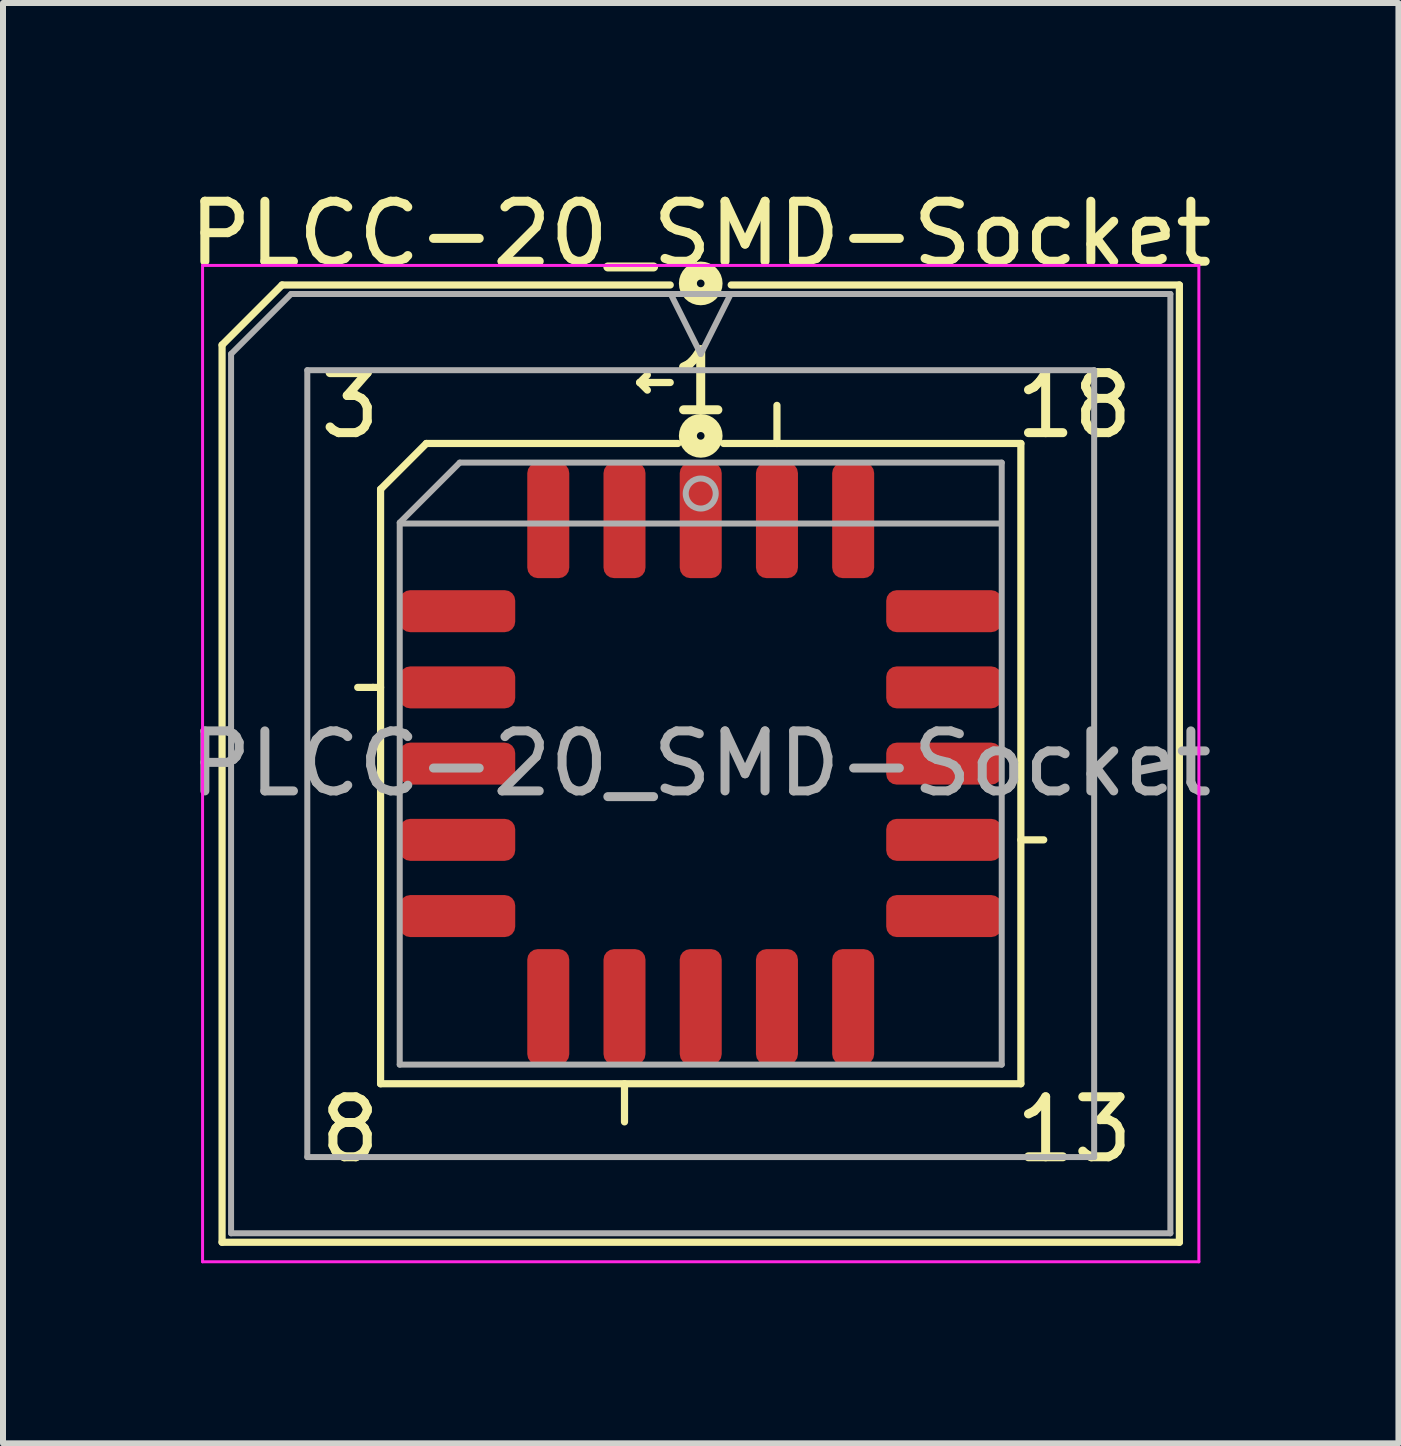
<source format=kicad_pcb>
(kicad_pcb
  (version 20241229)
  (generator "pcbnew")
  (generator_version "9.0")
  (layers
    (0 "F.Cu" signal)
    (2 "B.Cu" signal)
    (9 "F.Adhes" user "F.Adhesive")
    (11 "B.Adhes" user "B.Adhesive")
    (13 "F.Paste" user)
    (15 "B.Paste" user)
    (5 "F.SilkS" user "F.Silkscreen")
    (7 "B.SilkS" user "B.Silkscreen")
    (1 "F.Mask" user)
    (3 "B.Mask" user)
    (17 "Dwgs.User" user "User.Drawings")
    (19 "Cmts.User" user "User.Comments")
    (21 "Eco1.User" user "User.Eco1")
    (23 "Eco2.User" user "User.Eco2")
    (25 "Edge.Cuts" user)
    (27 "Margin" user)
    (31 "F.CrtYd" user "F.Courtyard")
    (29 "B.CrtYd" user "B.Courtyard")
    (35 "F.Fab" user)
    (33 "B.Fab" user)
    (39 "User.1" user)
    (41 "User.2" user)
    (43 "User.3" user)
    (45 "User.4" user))
  (footprint "PLCC-20_SMD-Socket"
    (layer "F.Cu")
    (at 8.625 9.673)
    (property "Reference" "PLCC-20_SMD-Socket" (at 0 -8.825 0) (layer "F.SilkS") (effects (font (size 1 1) (thickness 0.15))))
    (attr smd)
    (fp_line (start -7.975 -6.975) (end -7.975 7.975) (stroke (width 0.12) (type solid)) (layer "F.SilkS"))
    (fp_line (start -7.975 7.975) (end 7.975 7.975) (stroke (width 0.12) (type solid)) (layer "F.SilkS"))
    (fp_line (start -6.975 -7.975) (end -7.975 -6.975) (stroke (width 0.12) (type solid)) (layer "F.SilkS"))
    (fp_line (start -5.461 -1.27) (end -5.715 -1.27) (stroke (width 0.12) (type solid)) (layer "F.SilkS"))
    (fp_line (start -5.334 -4.572) (end -5.334 5.334) (stroke (width 0.12) (type solid)) (layer "F.SilkS"))
    (fp_line (start -5.334 -1.27) (end -5.461 -1.27) (stroke (width 0.12) (type solid)) (layer "F.SilkS"))
    (fp_line (start -5.334 5.334) (end 5.334 5.334) (stroke (width 0.12) (type solid)) (layer "F.SilkS"))
    (fp_line (start -4.572 -5.334) (end -5.334 -4.572) (stroke (width 0.12) (type solid)) (layer "F.SilkS"))
    (fp_line (start -1.27 5.334) (end -1.27 5.969) (stroke (width 0.12) (type solid)) (layer "F.SilkS"))
    (fp_line (start -1.016 -6.35) (end -0.889 -6.477) (stroke (width 0.12) (type solid)) (layer "F.SilkS"))
    (fp_line (start -1.016 -6.35) (end -0.889 -6.223) (stroke (width 0.12) (type solid)) (layer "F.SilkS"))
    (fp_line (start -0.508 -7.975) (end -6.975 -7.975) (stroke (width 0.12) (type solid)) (layer "F.SilkS"))
    (fp_line (start -0.508 -6.35) (end -1.016 -6.35) (stroke (width 0.12) (type solid)) (layer "F.SilkS"))
    (fp_line (start -0.381 -5.334) (end -4.572 -5.334) (stroke (width 0.12) (type solid)) (layer "F.SilkS"))
    (fp_line (start 1.27 -5.334) (end 1.27 -5.969) (stroke (width 0.12) (type solid)) (layer "F.SilkS"))
    (fp_line (start 5.334 -5.334) (end 0.381 -5.334) (stroke (width 0.12) (type solid)) (layer "F.SilkS"))
    (fp_line (start 5.334 1.27) (end 5.715 1.27) (stroke (width 0.12) (type solid)) (layer "F.SilkS"))
    (fp_line (start 5.334 5.334) (end 5.334 -5.334) (stroke (width 0.12) (type solid)) (layer "F.SilkS"))
    (fp_line (start 7.975 -7.975) (end 0.508 -7.975) (stroke (width 0.12) (type solid)) (layer "F.SilkS"))
    (fp_line (start 7.975 7.975) (end 7.975 -7.975) (stroke (width 0.12) (type solid)) (layer "F.SilkS"))
    (fp_circle (center 0 -8.001) (end 0.064 -8.001) (stroke (width 0.3) (type solid)) (fill no) (layer "F.SilkS"))
    (fp_circle (center 0 -5.461) (end 0.064 -5.461) (stroke (width 0.3) (type solid)) (fill no) (layer "F.SilkS"))
    (fp_line (start -8.3 -8.3) (end -8.3 8.3) (stroke (width 0.05) (type solid)) (layer "F.CrtYd"))
    (fp_line (start -8.3 8.3) (end 8.3 8.3) (stroke (width 0.05) (type solid)) (layer "F.CrtYd"))
    (fp_line (start 8.3 -8.3) (end -8.3 -8.3) (stroke (width 0.05) (type solid)) (layer "F.CrtYd"))
    (fp_line (start 8.3 8.3) (end 8.3 -8.3) (stroke (width 0.05) (type solid)) (layer "F.CrtYd"))
    (fp_line (start -7.825 -6.825) (end -7.825 7.825) (stroke (width 0.1) (type solid)) (layer "F.Fab"))
    (fp_line (start -7.825 7.825) (end 7.825 7.825) (stroke (width 0.1) (type solid)) (layer "F.Fab"))
    (fp_line (start -6.825 -7.825) (end -7.825 -6.825) (stroke (width 0.1) (type solid)) (layer "F.Fab"))
    (fp_line (start -6.555 -6.555) (end -6.555 6.555) (stroke (width 0.1) (type solid)) (layer "F.Fab"))
    (fp_line (start -6.555 6.555) (end 6.555 6.555) (stroke (width 0.1) (type solid)) (layer "F.Fab"))
    (fp_line (start -5.015 -4.015) (end -5.015 5.015) (stroke (width 0.1) (type solid)) (layer "F.Fab"))
    (fp_line (start -5.015 5.015) (end 5.015 5.015) (stroke (width 0.1) (type solid)) (layer "F.Fab"))
    (fp_line (start -4.015 -5.015) (end -5.015 -4.015) (stroke (width 0.1) (type solid)) (layer "F.Fab"))
    (fp_line (start -0.5 -7.825) (end 0 -6.825) (stroke (width 0.1) (type solid)) (layer "F.Fab"))
    (fp_line (start 0 -6.825) (end 0.5 -7.825) (stroke (width 0.1) (type solid)) (layer "F.Fab"))
    (fp_line (start 5 -4) (end -5 -4) (stroke (width 0.1) (type solid)) (layer "F.Fab"))
    (fp_line (start 5.015 -5.015) (end -4.015 -5.015) (stroke (width 0.1) (type solid)) (layer "F.Fab"))
    (fp_line (start 5.015 5.015) (end 5.015 -5.015) (stroke (width 0.1) (type solid)) (layer "F.Fab"))
    (fp_line (start 6.555 -6.555) (end -6.555 -6.555) (stroke (width 0.1) (type solid)) (layer "F.Fab"))
    (fp_line (start 6.555 6.555) (end 6.555 -6.555) (stroke (width 0.1) (type solid)) (layer "F.Fab"))
    (fp_line (start 7.825 -7.825) (end -6.825 -7.825) (stroke (width 0.1) (type solid)) (layer "F.Fab"))
    (fp_line (start 7.825 7.825) (end 7.825 -7.825) (stroke (width 0.1) (type solid)) (layer "F.Fab"))
    (fp_circle (center 0 -4.5) (end 0.25 -4.5) (stroke (width 0.1) (type solid)) (fill no) (layer "F.Fab"))
    (fp_text user "1" (at 0 -6.35 0) (unlocked yes) (layer "F.SilkS") (effects (font (size 1 1) (thickness 0.15))))
    (fp_text user "8" (at -5.842 6.096 0) (unlocked yes) (layer "F.SilkS") (effects (font (size 1 1) (thickness 0.15))))
    (fp_text user "13" (at 6.223 6.096 0) (unlocked yes) (layer "F.SilkS") (effects (font (size 1 1) (thickness 0.15))))
    (fp_text user "18" (at 6.223 -5.969 0) (unlocked yes) (layer "F.SilkS") (effects (font (size 1 1) (thickness 0.15))))
    (fp_text user "3" (at -5.842 -5.969 0) (unlocked yes) (layer "F.SilkS") (effects (font (size 1 1) (thickness 0.15))))
    (fp_text user "${REFERENCE}" (at 0 0 0) (layer "F.Fab") (effects (font (size 1 1) (thickness 0.15))))
    (pad "1" smd roundrect (at 0 -4.053) (size 0.7 1.925) (layers "F.Cu" "F.Mask" "F.Paste") (roundrect_rratio 0.25))
    (pad "2" smd roundrect (at -1.27 -4.053) (size 0.7 1.925) (layers "F.Cu" "F.Mask" "F.Paste") (roundrect_rratio 0.25))
    (pad "3" smd roundrect (at -2.54 -4.053) (size 0.7 1.925) (layers "F.Cu" "F.Mask" "F.Paste") (roundrect_rratio 0.25))
    (pad "4" smd roundrect (at -4.053 -2.54) (size 1.925 0.7) (layers "F.Cu" "F.Mask" "F.Paste") (roundrect_rratio 0.25))
    (pad "5" smd roundrect (at -4.053 -1.27) (size 1.925 0.7) (layers "F.Cu" "F.Mask" "F.Paste") (roundrect_rratio 0.25))
    (pad "6" smd roundrect (at -4.053 0) (size 1.925 0.7) (layers "F.Cu" "F.Mask" "F.Paste") (roundrect_rratio 0.25))
    (pad "7" smd roundrect (at -4.053 1.27) (size 1.925 0.7) (layers "F.Cu" "F.Mask" "F.Paste") (roundrect_rratio 0.25))
    (pad "8" smd roundrect (at -4.053 2.54) (size 1.925 0.7) (layers "F.Cu" "F.Mask" "F.Paste") (roundrect_rratio 0.25))
    (pad "9" smd roundrect (at -2.54 4.053) (size 0.7 1.925) (layers "F.Cu" "F.Mask" "F.Paste") (roundrect_rratio 0.25))
    (pad "10" smd roundrect (at -1.27 4.053) (size 0.7 1.925) (layers "F.Cu" "F.Mask" "F.Paste") (roundrect_rratio 0.25))
    (pad "11" smd roundrect (at 0 4.053) (size 0.7 1.925) (layers "F.Cu" "F.Mask" "F.Paste") (roundrect_rratio 0.25))
    (pad "12" smd roundrect (at 1.27 4.053) (size 0.7 1.925) (layers "F.Cu" "F.Mask" "F.Paste") (roundrect_rratio 0.25))
    (pad "13" smd roundrect (at 2.54 4.053) (size 0.7 1.925) (layers "F.Cu" "F.Mask" "F.Paste") (roundrect_rratio 0.25))
    (pad "14" smd roundrect (at 4.053 2.54) (size 1.925 0.7) (layers "F.Cu" "F.Mask" "F.Paste") (roundrect_rratio 0.25))
    (pad "15" smd roundrect (at 4.053 1.27) (size 1.925 0.7) (layers "F.Cu" "F.Mask" "F.Paste") (roundrect_rratio 0.25))
    (pad "16" smd roundrect (at 4.053 0) (size 1.925 0.7) (layers "F.Cu" "F.Mask" "F.Paste") (roundrect_rratio 0.25))
    (pad "17" smd roundrect (at 4.053 -1.27) (size 1.925 0.7) (layers "F.Cu" "F.Mask" "F.Paste") (roundrect_rratio 0.25))
    (pad "18" smd roundrect (at 4.053 -2.54) (size 1.925 0.7) (layers "F.Cu" "F.Mask" "F.Paste") (roundrect_rratio 0.25))
    (pad "19" smd roundrect (at 2.54 -4.053) (size 0.7 1.925) (layers "F.Cu" "F.Mask" "F.Paste") (roundrect_rratio 0.25))
    (pad "20" smd roundrect (at 1.27 -4.053) (size 0.7 1.925) (layers "F.Cu" "F.Mask" "F.Paste") (roundrect_rratio 0.25)))
  (gr_rect
    (start -3 -3)
    (end 20.25 20.998)
    (stroke (width 0.1) (type default))
    (fill no)
    (layer "Edge.Cuts")))
</source>
